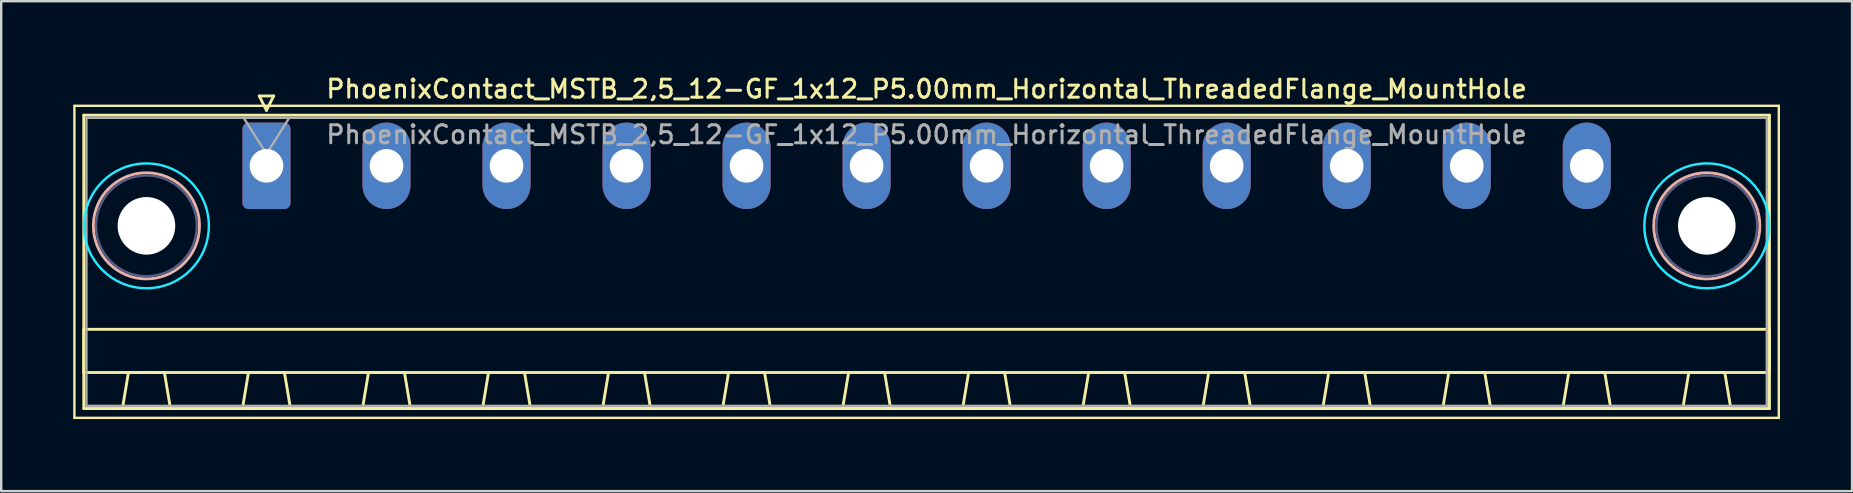
<source format=kicad_pcb>
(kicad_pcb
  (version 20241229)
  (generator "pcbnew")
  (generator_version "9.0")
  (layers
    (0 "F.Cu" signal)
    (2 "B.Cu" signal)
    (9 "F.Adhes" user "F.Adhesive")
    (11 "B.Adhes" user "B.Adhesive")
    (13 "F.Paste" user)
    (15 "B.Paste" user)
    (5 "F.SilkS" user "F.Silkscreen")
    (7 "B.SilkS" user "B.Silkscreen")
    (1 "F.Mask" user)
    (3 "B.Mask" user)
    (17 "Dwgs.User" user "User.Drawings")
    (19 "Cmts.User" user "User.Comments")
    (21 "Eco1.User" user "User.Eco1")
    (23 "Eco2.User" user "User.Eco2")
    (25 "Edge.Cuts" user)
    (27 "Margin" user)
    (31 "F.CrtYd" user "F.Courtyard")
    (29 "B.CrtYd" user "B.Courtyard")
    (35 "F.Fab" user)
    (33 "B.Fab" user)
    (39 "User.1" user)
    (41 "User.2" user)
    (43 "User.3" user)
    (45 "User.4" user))
  (footprint "PhoenixContact_MSTB_2,5_12-GF_1x12_P5.00mm_Horizontal_ThreadedFlange_MountHole"
    (layer "F.Cu")
    (at 8.05 3.858)
    (property "Reference" "PhoenixContact_MSTB_2,5_12-GF_1x12_P5.00mm_Horizontal_ThreadedFlange_MountHole" (at 27.5 -3.2 0) (layer "F.SilkS") (effects (font (size 0.75 0.75) (thickness 0.125))))
    (attr through_hole)
    (fp_line (start -8 -2.5) (end -8 10.5) (stroke (width 0.1) (type solid)) (layer "F.SilkS"))
    (fp_line (start -8 10.5) (end 63 10.5) (stroke (width 0.1) (type solid)) (layer "F.SilkS"))
    (fp_line (start -7.61 -2.11) (end -7.61 10.11) (stroke (width 0.12) (type solid)) (layer "F.SilkS"))
    (fp_line (start -7.61 6.81) (end 62.61 6.81) (stroke (width 0.12) (type solid)) (layer "F.SilkS"))
    (fp_line (start -7.61 8.61) (end -7.61 6.81) (stroke (width 0.12) (type solid)) (layer "F.SilkS"))
    (fp_line (start -7.61 10.11) (end 62.61 10.11) (stroke (width 0.12) (type solid)) (layer "F.SilkS"))
    (fp_line (start -6 10.11) (end -4 10.11) (stroke (width 0.12) (type solid)) (layer "F.SilkS"))
    (fp_line (start -5.75 8.61) (end -6 10.11) (stroke (width 0.12) (type solid)) (layer "F.SilkS"))
    (fp_line (start -4.25 8.61) (end -5.75 8.61) (stroke (width 0.12) (type solid)) (layer "F.SilkS"))
    (fp_line (start -4 10.11) (end -4.25 8.61) (stroke (width 0.12) (type solid)) (layer "F.SilkS"))
    (fp_line (start -1 10.11) (end 1 10.11) (stroke (width 0.12) (type solid)) (layer "F.SilkS"))
    (fp_line (start -0.75 8.61) (end -1 10.11) (stroke (width 0.12) (type solid)) (layer "F.SilkS"))
    (fp_line (start -0.3 -2.91) (end 0.3 -2.91) (stroke (width 0.12) (type solid)) (layer "F.SilkS"))
    (fp_line (start 0 -2.31) (end -0.3 -2.91) (stroke (width 0.12) (type solid)) (layer "F.SilkS"))
    (fp_line (start 0.3 -2.91) (end 0 -2.31) (stroke (width 0.12) (type solid)) (layer "F.SilkS"))
    (fp_line (start 0.75 8.61) (end -0.75 8.61) (stroke (width 0.12) (type solid)) (layer "F.SilkS"))
    (fp_line (start 1 10.11) (end 0.75 8.61) (stroke (width 0.12) (type solid)) (layer "F.SilkS"))
    (fp_line (start 4 10.11) (end 6 10.11) (stroke (width 0.12) (type solid)) (layer "F.SilkS"))
    (fp_line (start 4.25 8.61) (end 4 10.11) (stroke (width 0.12) (type solid)) (layer "F.SilkS"))
    (fp_line (start 5.75 8.61) (end 4.25 8.61) (stroke (width 0.12) (type solid)) (layer "F.SilkS"))
    (fp_line (start 6 10.11) (end 5.75 8.61) (stroke (width 0.12) (type solid)) (layer "F.SilkS"))
    (fp_line (start 9 10.11) (end 11 10.11) (stroke (width 0.12) (type solid)) (layer "F.SilkS"))
    (fp_line (start 9.25 8.61) (end 9 10.11) (stroke (width 0.12) (type solid)) (layer "F.SilkS"))
    (fp_line (start 10.75 8.61) (end 9.25 8.61) (stroke (width 0.12) (type solid)) (layer "F.SilkS"))
    (fp_line (start 11 10.11) (end 10.75 8.61) (stroke (width 0.12) (type solid)) (layer "F.SilkS"))
    (fp_line (start 14 10.11) (end 16 10.11) (stroke (width 0.12) (type solid)) (layer "F.SilkS"))
    (fp_line (start 14.25 8.61) (end 14 10.11) (stroke (width 0.12) (type solid)) (layer "F.SilkS"))
    (fp_line (start 15.75 8.61) (end 14.25 8.61) (stroke (width 0.12) (type solid)) (layer "F.SilkS"))
    (fp_line (start 16 10.11) (end 15.75 8.61) (stroke (width 0.12) (type solid)) (layer "F.SilkS"))
    (fp_line (start 19 10.11) (end 21 10.11) (stroke (width 0.12) (type solid)) (layer "F.SilkS"))
    (fp_line (start 19.25 8.61) (end 19 10.11) (stroke (width 0.12) (type solid)) (layer "F.SilkS"))
    (fp_line (start 20.75 8.61) (end 19.25 8.61) (stroke (width 0.12) (type solid)) (layer "F.SilkS"))
    (fp_line (start 21 10.11) (end 20.75 8.61) (stroke (width 0.12) (type solid)) (layer "F.SilkS"))
    (fp_line (start 24 10.11) (end 26 10.11) (stroke (width 0.12) (type solid)) (layer "F.SilkS"))
    (fp_line (start 24.25 8.61) (end 24 10.11) (stroke (width 0.12) (type solid)) (layer "F.SilkS"))
    (fp_line (start 25.75 8.61) (end 24.25 8.61) (stroke (width 0.12) (type solid)) (layer "F.SilkS"))
    (fp_line (start 26 10.11) (end 25.75 8.61) (stroke (width 0.12) (type solid)) (layer "F.SilkS"))
    (fp_line (start 29 10.11) (end 31 10.11) (stroke (width 0.12) (type solid)) (layer "F.SilkS"))
    (fp_line (start 29.25 8.61) (end 29 10.11) (stroke (width 0.12) (type solid)) (layer "F.SilkS"))
    (fp_line (start 30.75 8.61) (end 29.25 8.61) (stroke (width 0.12) (type solid)) (layer "F.SilkS"))
    (fp_line (start 31 10.11) (end 30.75 8.61) (stroke (width 0.12) (type solid)) (layer "F.SilkS"))
    (fp_line (start 34 10.11) (end 36 10.11) (stroke (width 0.12) (type solid)) (layer "F.SilkS"))
    (fp_line (start 34.25 8.61) (end 34 10.11) (stroke (width 0.12) (type solid)) (layer "F.SilkS"))
    (fp_line (start 35.75 8.61) (end 34.25 8.61) (stroke (width 0.12) (type solid)) (layer "F.SilkS"))
    (fp_line (start 36 10.11) (end 35.75 8.61) (stroke (width 0.12) (type solid)) (layer "F.SilkS"))
    (fp_line (start 39 10.11) (end 41 10.11) (stroke (width 0.12) (type solid)) (layer "F.SilkS"))
    (fp_line (start 39.25 8.61) (end 39 10.11) (stroke (width 0.12) (type solid)) (layer "F.SilkS"))
    (fp_line (start 40.75 8.61) (end 39.25 8.61) (stroke (width 0.12) (type solid)) (layer "F.SilkS"))
    (fp_line (start 41 10.11) (end 40.75 8.61) (stroke (width 0.12) (type solid)) (layer "F.SilkS"))
    (fp_line (start 44 10.11) (end 46 10.11) (stroke (width 0.12) (type solid)) (layer "F.SilkS"))
    (fp_line (start 44.25 8.61) (end 44 10.11) (stroke (width 0.12) (type solid)) (layer "F.SilkS"))
    (fp_line (start 45.75 8.61) (end 44.25 8.61) (stroke (width 0.12) (type solid)) (layer "F.SilkS"))
    (fp_line (start 46 10.11) (end 45.75 8.61) (stroke (width 0.12) (type solid)) (layer "F.SilkS"))
    (fp_line (start 49 10.11) (end 51 10.11) (stroke (width 0.12) (type solid)) (layer "F.SilkS"))
    (fp_line (start 49.25 8.61) (end 49 10.11) (stroke (width 0.12) (type solid)) (layer "F.SilkS"))
    (fp_line (start 50.75 8.61) (end 49.25 8.61) (stroke (width 0.12) (type solid)) (layer "F.SilkS"))
    (fp_line (start 51 10.11) (end 50.75 8.61) (stroke (width 0.12) (type solid)) (layer "F.SilkS"))
    (fp_line (start 54 10.11) (end 56 10.11) (stroke (width 0.12) (type solid)) (layer "F.SilkS"))
    (fp_line (start 54.25 8.61) (end 54 10.11) (stroke (width 0.12) (type solid)) (layer "F.SilkS"))
    (fp_line (start 55.75 8.61) (end 54.25 8.61) (stroke (width 0.12) (type solid)) (layer "F.SilkS"))
    (fp_line (start 56 10.11) (end 55.75 8.61) (stroke (width 0.12) (type solid)) (layer "F.SilkS"))
    (fp_line (start 59 10.11) (end 61 10.11) (stroke (width 0.12) (type solid)) (layer "F.SilkS"))
    (fp_line (start 59.25 8.61) (end 59 10.11) (stroke (width 0.12) (type solid)) (layer "F.SilkS"))
    (fp_line (start 60.75 8.61) (end 59.25 8.61) (stroke (width 0.12) (type solid)) (layer "F.SilkS"))
    (fp_line (start 61 10.11) (end 60.75 8.61) (stroke (width 0.12) (type solid)) (layer "F.SilkS"))
    (fp_line (start 62.61 -2.11) (end -7.61 -2.11) (stroke (width 0.12) (type solid)) (layer "F.SilkS"))
    (fp_line (start 62.61 6.81) (end 62.61 8.61) (stroke (width 0.12) (type solid)) (layer "F.SilkS"))
    (fp_line (start 62.61 8.61) (end -7.61 8.61) (stroke (width 0.12) (type solid)) (layer "F.SilkS"))
    (fp_line (start 62.61 10.11) (end 62.61 -2.11) (stroke (width 0.12) (type solid)) (layer "F.SilkS"))
    (fp_line (start 63 -2.5) (end -8 -2.5) (stroke (width 0.1) (type solid)) (layer "F.SilkS"))
    (fp_line (start 63 10.5) (end 63 -2.5) (stroke (width 0.1) (type solid)) (layer "F.SilkS"))
    (fp_circle (center -5 2.5) (end -2.79 2.5) (stroke (width 0.12) (type solid)) (fill no) (layer "B.SilkS"))
    (fp_circle (center 60 2.5) (end 62.21 2.5) (stroke (width 0.12) (type solid)) (fill no) (layer "B.SilkS"))
    (fp_circle (center -5 2.5) (end -2.4 2.5) (stroke (width 0.1) (type solid)) (fill no) (layer "B.CrtYd"))
    (fp_circle (center 60 2.5) (end 62.6 2.5) (stroke (width 0.1) (type solid)) (fill no) (layer "B.CrtYd"))
    (fp_circle (center -5 2.5) (end -2.9 2.5) (stroke (width 0.1) (type solid)) (fill no) (layer "B.Fab"))
    (fp_circle (center 60 2.5) (end 62.1 2.5) (stroke (width 0.1) (type solid)) (fill no) (layer "B.Fab"))
    (fp_line (start -7.5 -2) (end -7.5 10) (stroke (width 0.1) (type solid)) (layer "F.Fab"))
    (fp_line (start -7.5 10) (end 62.5 10) (stroke (width 0.1) (type solid)) (layer "F.Fab"))
    (fp_line (start 0 -0.5) (end -0.95 -2) (stroke (width 0.1) (type solid)) (layer "F.Fab"))
    (fp_line (start 0.95 -2) (end 0 -0.5) (stroke (width 0.1) (type solid)) (layer "F.Fab"))
    (fp_line (start 62.5 -2) (end -7.5 -2) (stroke (width 0.1) (type solid)) (layer "F.Fab"))
    (fp_line (start 62.5 10) (end 62.5 -2) (stroke (width 0.1) (type solid)) (layer "F.Fab"))
    (fp_text user "${REFERENCE}" (at 27.5 -1.3 0) (layer "F.Fab") (effects (font (size 0.75 0.75) (thickness 0.125))))
    (pad "" np_thru_hole circle (at -5 2.5) (size 2.4 2.4) (drill 2.4) (layers "*.Cu" "*.Mask"))
    (pad "" np_thru_hole circle (at 60 2.5) (size 2.4 2.4) (drill 2.4) (layers "*.Cu" "*.Mask"))
    (pad "1" thru_hole roundrect (at 0 0) (size 2 3.6) (drill 1.4) (layers "*.Cu" "*.Mask") (roundrect_rratio 0.125))
    (pad "2" thru_hole oval (at 5 0) (size 2 3.6) (drill 1.4) (layers "*.Cu" "*.Mask"))
    (pad "3" thru_hole oval (at 10 0) (size 2 3.6) (drill 1.4) (layers "*.Cu" "*.Mask"))
    (pad "4" thru_hole oval (at 15 0) (size 2 3.6) (drill 1.4) (layers "*.Cu" "*.Mask"))
    (pad "5" thru_hole oval (at 20 0) (size 2 3.6) (drill 1.4) (layers "*.Cu" "*.Mask"))
    (pad "6" thru_hole oval (at 25 0) (size 2 3.6) (drill 1.4) (layers "*.Cu" "*.Mask"))
    (pad "7" thru_hole oval (at 30 0) (size 2 3.6) (drill 1.4) (layers "*.Cu" "*.Mask"))
    (pad "8" thru_hole oval (at 35 0) (size 2 3.6) (drill 1.4) (layers "*.Cu" "*.Mask"))
    (pad "9" thru_hole oval (at 40 0) (size 2 3.6) (drill 1.4) (layers "*.Cu" "*.Mask"))
    (pad "10" thru_hole oval (at 45 0) (size 2 3.6) (drill 1.4) (layers "*.Cu" "*.Mask"))
    (pad "11" thru_hole oval (at 50 0) (size 2 3.6) (drill 1.4) (layers "*.Cu" "*.Mask"))
    (pad "12" thru_hole oval (at 55 0) (size 2 3.6) (drill 1.4) (layers "*.Cu" "*.Mask")))
  (gr_rect
    (start -3 -3)
    (end 74.1 17.408)
    (stroke (width 0.1) (type default))
    (fill no)
    (layer "Edge.Cuts")))
</source>
